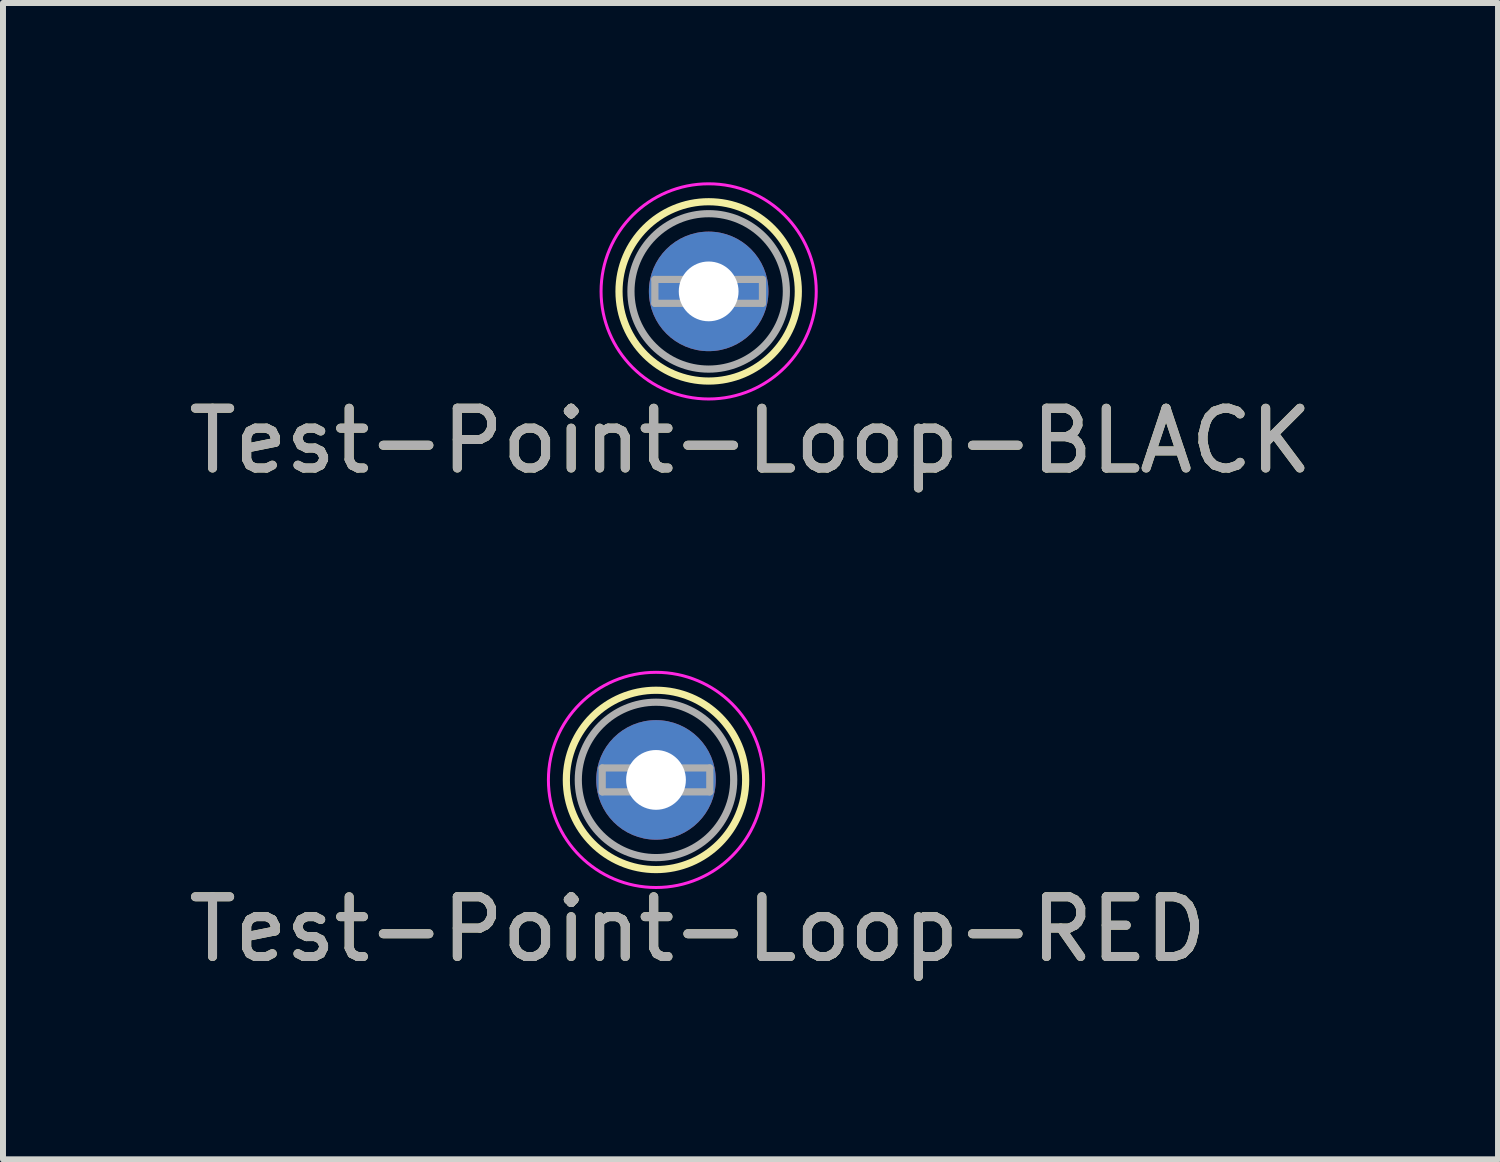
<source format=kicad_pcb>
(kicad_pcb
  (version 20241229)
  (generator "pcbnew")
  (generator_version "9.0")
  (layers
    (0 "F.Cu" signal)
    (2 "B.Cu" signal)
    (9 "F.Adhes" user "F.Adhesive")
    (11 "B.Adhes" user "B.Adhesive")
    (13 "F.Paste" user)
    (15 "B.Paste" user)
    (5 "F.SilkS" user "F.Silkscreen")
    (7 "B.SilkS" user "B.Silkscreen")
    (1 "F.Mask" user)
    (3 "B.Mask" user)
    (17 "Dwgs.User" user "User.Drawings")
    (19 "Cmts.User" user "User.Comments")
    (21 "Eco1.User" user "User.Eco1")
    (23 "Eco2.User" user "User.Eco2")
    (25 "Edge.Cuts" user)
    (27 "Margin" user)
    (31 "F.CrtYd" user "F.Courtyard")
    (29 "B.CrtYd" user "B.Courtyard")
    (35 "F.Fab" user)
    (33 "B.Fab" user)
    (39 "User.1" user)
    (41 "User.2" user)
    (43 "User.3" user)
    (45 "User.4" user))
  (footprint "Test-Point-Loop-BLACK"
    (layer "F.Cu")
    (at 8.806 1.825)
    (property "Reference" "Test-Point-Loop-BLACK" (at 0.7 2.5 0) (layer "F.SilkS") (effects (font (size 1 1) (thickness 0.15))))
    (attr through_hole)
    (fp_circle (center 0 0) (end 1.5 0) (stroke (width 0.12) (type solid)) (fill no) (layer "F.SilkS"))
    (fp_circle (center 0 0) (end 1.8 0) (stroke (width 0.05) (type solid)) (fill no) (layer "F.CrtYd"))
    (fp_line (start -0.9 -0.2) (end 0.9 -0.2) (stroke (width 0.12) (type solid)) (layer "F.Fab"))
    (fp_line (start -0.9 0.2) (end -0.9 -0.2) (stroke (width 0.12) (type solid)) (layer "F.Fab"))
    (fp_line (start 0.9 -0.2) (end 0.9 0.2) (stroke (width 0.12) (type solid)) (layer "F.Fab"))
    (fp_line (start 0.9 0.2) (end -0.9 0.2) (stroke (width 0.12) (type solid)) (layer "F.Fab"))
    (fp_circle (center 0 0) (end 1.3 0) (stroke (width 0.12) (type solid)) (fill no) (layer "F.Fab"))
    (fp_text user "${REFERENCE}" (at 0.7 2.5 0) (layer "F.Fab") (effects (font (size 1 1) (thickness 0.15))))
    (pad "1" thru_hole circle (at 0 0) (size 2 2) (drill 1) (layers "*.Cu" "*.Mask")))
  (footprint "Test-Point-Loop-RED"
    (layer "F.Cu")
    (at 7.925 9.998)
    (property "Reference" "Test-Point-Loop-RED" (at 0.7 2.5 0) (layer "F.SilkS") (effects (font (size 1 1) (thickness 0.15))))
    (attr through_hole)
    (fp_circle (center 0 0) (end 1.5 0) (stroke (width 0.12) (type solid)) (fill no) (layer "F.SilkS"))
    (fp_circle (center 0 0) (end 1.8 0) (stroke (width 0.05) (type solid)) (fill no) (layer "F.CrtYd"))
    (fp_line (start -0.9 -0.2) (end 0.9 -0.2) (stroke (width 0.12) (type solid)) (layer "F.Fab"))
    (fp_line (start -0.9 0.2) (end -0.9 -0.2) (stroke (width 0.12) (type solid)) (layer "F.Fab"))
    (fp_line (start 0.9 -0.2) (end 0.9 0.2) (stroke (width 0.12) (type solid)) (layer "F.Fab"))
    (fp_line (start 0.9 0.2) (end -0.9 0.2) (stroke (width 0.12) (type solid)) (layer "F.Fab"))
    (fp_circle (center 0 0) (end 1.3 0) (stroke (width 0.12) (type solid)) (fill no) (layer "F.Fab"))
    (fp_text user "${REFERENCE}" (at 0.7 2.5 0) (layer "F.Fab") (effects (font (size 1 1) (thickness 0.15))))
    (pad "1" thru_hole circle (at 0 0) (size 2 2) (drill 1) (layers "*.Cu" "*.Mask")))
  (gr_rect
    (start -3 -3)
    (end 22.012 16.346)
    (stroke (width 0.1) (type default))
    (fill no)
    (layer "Edge.Cuts")))
</source>
